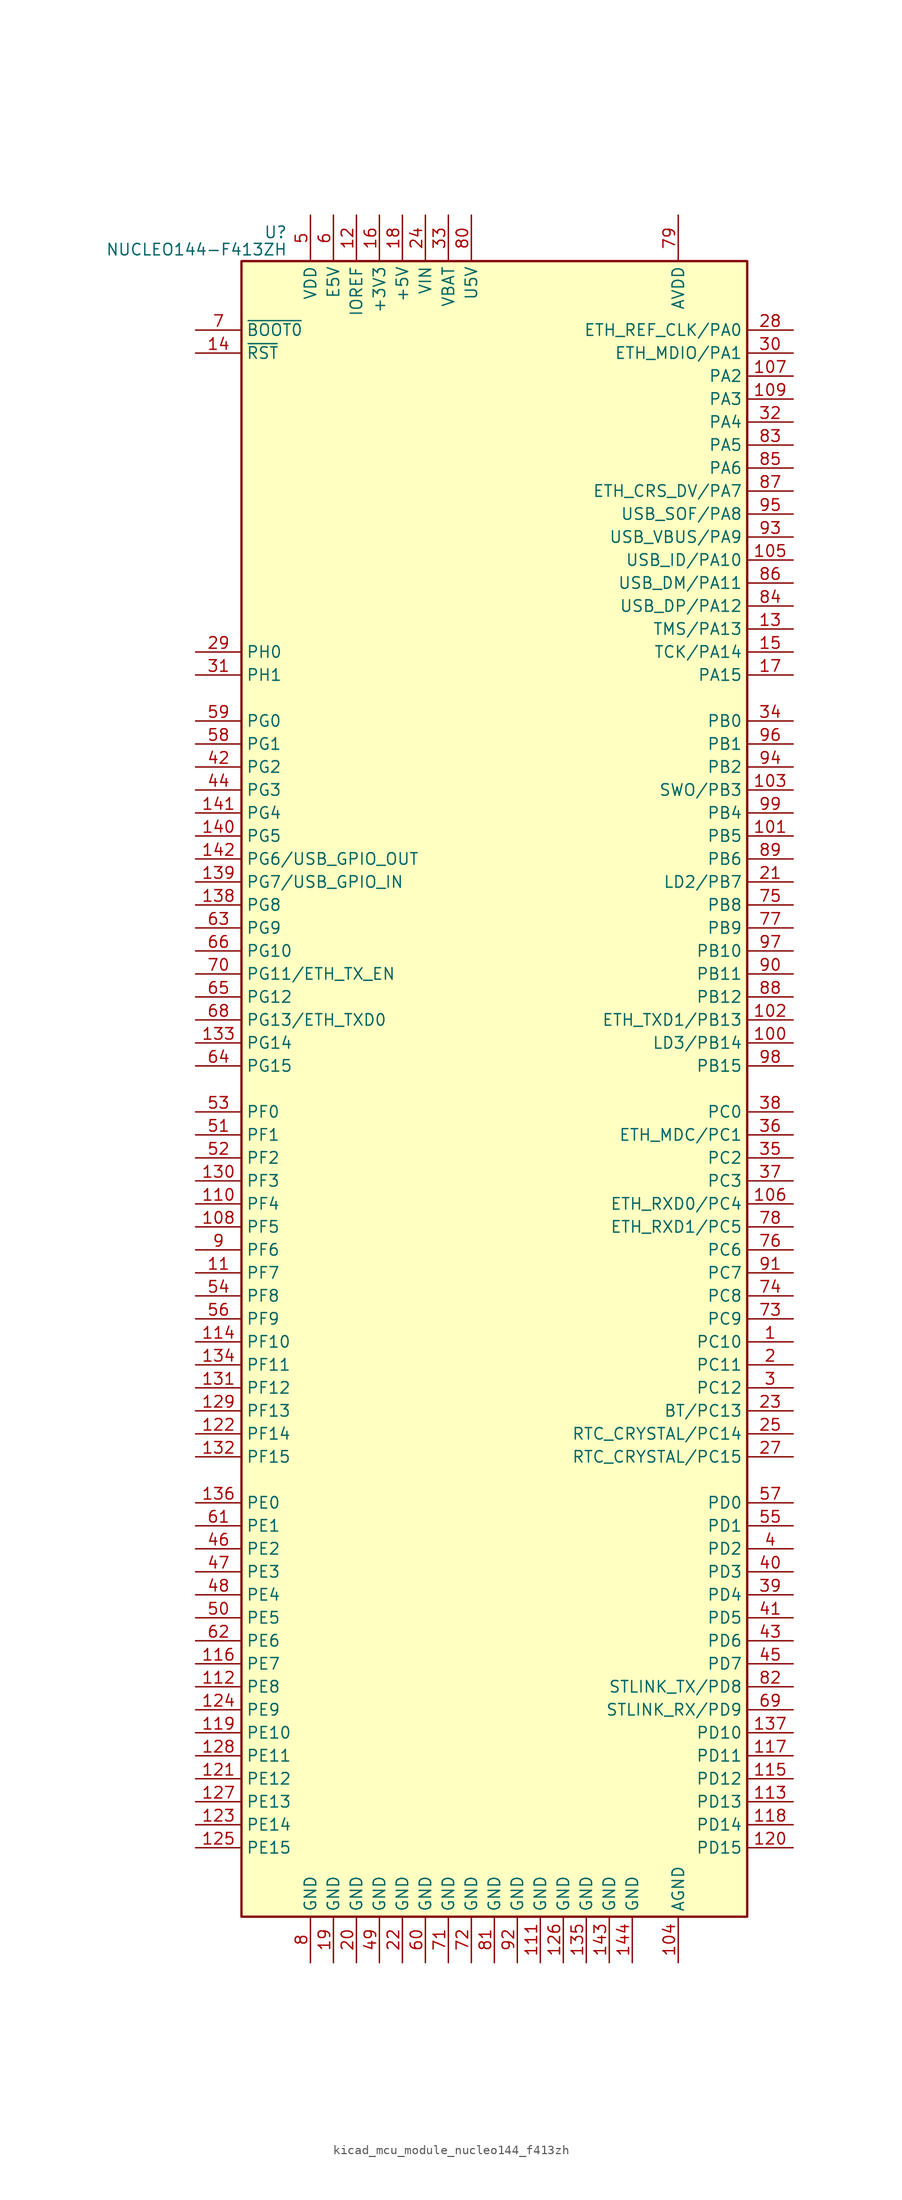
<source format=kicad_sym>
(kicad_symbol_lib
  (version 20220914)
  (generator kicad_symbol_editor)
  (symbol "kicad_mcu_module_nucleo144_f413zh"
    (property "Reference" "U"
      (at -22.86 94.615 0)
      (effects (font (size 1.27 1.27)) (justify right)))
    (property "Value" "NUCLEO144-F413ZH"
      (at -22.86 92.71 0)
      (effects (font (size 1.27 1.27)) (justify right)))
    (symbol "kicad_mcu_module_nucleo144_f413zh_0_1"
      (rectangle (start -27.94 -91.44) (end 27.94 91.44) (stroke (width 0.254) (type default)) (fill (type background))))
    (symbol "kicad_mcu_module_nucleo144_f413zh_1_1"
      (pin bidirectional line (at 33.02 -27.94 180) (length 5.08) (name "PC10" (effects (font (size 1.27 1.27)))) (number "1" (effects (font (size 1.27 1.27)))))
      (pin no_connect line (at -27.94 55.88 0) (length 5.08) hide (name "NC" (effects (font (size 1.27 1.27)))) (number "10" (effects (font (size 1.27 1.27)))))
      (pin bidirectional line (at 33.02 5.08 180) (length 5.08) (name "LD3/PB14" (effects (font (size 1.27 1.27)))) (number "100" (effects (font (size 1.27 1.27)))))
      (pin bidirectional line (at 33.02 27.94 180) (length 5.08) (name "PB5" (effects (font (size 1.27 1.27)))) (number "101" (effects (font (size 1.27 1.27)))))
      (pin bidirectional line (at 33.02 7.62 180) (length 5.08) (name "ETH_TXD1/PB13" (effects (font (size 1.27 1.27)))) (number "102" (effects (font (size 1.27 1.27)))))
      (pin bidirectional line (at 33.02 33.02 180) (length 5.08) (name "SWO/PB3" (effects (font (size 1.27 1.27)))) (number "103" (effects (font (size 1.27 1.27)))))
      (pin power_in line (at 20.32 -96.52 90) (length 5.08) (name "AGND" (effects (font (size 1.27 1.27)))) (number "104" (effects (font (size 1.27 1.27)))))
      (pin bidirectional line (at 33.02 58.42 180) (length 5.08) (name "USB_ID/PA10" (effects (font (size 1.27 1.27)))) (number "105" (effects (font (size 1.27 1.27)))))
      (pin bidirectional line (at 33.02 -12.7 180) (length 5.08) (name "ETH_RXD0/PC4" (effects (font (size 1.27 1.27)))) (number "106" (effects (font (size 1.27 1.27)))))
      (pin bidirectional line (at 33.02 78.74 180) (length 5.08) (name "PA2" (effects (font (size 1.27 1.27)))) (number "107" (effects (font (size 1.27 1.27)))))
      (pin bidirectional line (at -33.02 -15.24 0) (length 5.08) (name "PF5" (effects (font (size 1.27 1.27)))) (number "108" (effects (font (size 1.27 1.27)))))
      (pin bidirectional line (at 33.02 76.2 180) (length 5.08) (name "PA3" (effects (font (size 1.27 1.27)))) (number "109" (effects (font (size 1.27 1.27)))))
      (pin bidirectional line (at -33.02 -20.32 0) (length 5.08) (name "PF7" (effects (font (size 1.27 1.27)))) (number "11" (effects (font (size 1.27 1.27)))))
      (pin bidirectional line (at -33.02 -12.7 0) (length 5.08) (name "PF4" (effects (font (size 1.27 1.27)))) (number "110" (effects (font (size 1.27 1.27)))))
      (pin power_in line (at 5.08 -96.52 90) (length 5.08) (name "GND" (effects (font (size 1.27 1.27)))) (number "111" (effects (font (size 1.27 1.27)))))
      (pin bidirectional line (at -33.02 -66.04 0) (length 5.08) (name "PE8" (effects (font (size 1.27 1.27)))) (number "112" (effects (font (size 1.27 1.27)))))
      (pin bidirectional line (at 33.02 -78.74 180) (length 5.08) (name "PD13" (effects (font (size 1.27 1.27)))) (number "113" (effects (font (size 1.27 1.27)))))
      (pin bidirectional line (at -33.02 -27.94 0) (length 5.08) (name "PF10" (effects (font (size 1.27 1.27)))) (number "114" (effects (font (size 1.27 1.27)))))
      (pin bidirectional line (at 33.02 -76.2 180) (length 5.08) (name "PD12" (effects (font (size 1.27 1.27)))) (number "115" (effects (font (size 1.27 1.27)))))
      (pin bidirectional line (at -33.02 -63.5 0) (length 5.08) (name "PE7" (effects (font (size 1.27 1.27)))) (number "116" (effects (font (size 1.27 1.27)))))
      (pin bidirectional line (at 33.02 -73.66 180) (length 5.08) (name "PD11" (effects (font (size 1.27 1.27)))) (number "117" (effects (font (size 1.27 1.27)))))
      (pin bidirectional line (at 33.02 -81.28 180) (length 5.08) (name "PD14" (effects (font (size 1.27 1.27)))) (number "118" (effects (font (size 1.27 1.27)))))
      (pin bidirectional line (at -33.02 -71.12 0) (length 5.08) (name "PE10" (effects (font (size 1.27 1.27)))) (number "119" (effects (font (size 1.27 1.27)))))
      (pin power_in line (at -15.24 96.52 270) (length 5.08) (name "IOREF" (effects (font (size 1.27 1.27)))) (number "12" (effects (font (size 1.27 1.27)))))
      (pin bidirectional line (at 33.02 -83.82 180) (length 5.08) (name "PD15" (effects (font (size 1.27 1.27)))) (number "120" (effects (font (size 1.27 1.27)))))
      (pin bidirectional line (at -33.02 -76.2 0) (length 5.08) (name "PE12" (effects (font (size 1.27 1.27)))) (number "121" (effects (font (size 1.27 1.27)))))
      (pin bidirectional line (at -33.02 -38.1 0) (length 5.08) (name "PF14" (effects (font (size 1.27 1.27)))) (number "122" (effects (font (size 1.27 1.27)))))
      (pin bidirectional line (at -33.02 -81.28 0) (length 5.08) (name "PE14" (effects (font (size 1.27 1.27)))) (number "123" (effects (font (size 1.27 1.27)))))
      (pin bidirectional line (at -33.02 -68.58 0) (length 5.08) (name "PE9" (effects (font (size 1.27 1.27)))) (number "124" (effects (font (size 1.27 1.27)))))
      (pin bidirectional line (at -33.02 -83.82 0) (length 5.08) (name "PE15" (effects (font (size 1.27 1.27)))) (number "125" (effects (font (size 1.27 1.27)))))
      (pin power_in line (at 7.62 -96.52 90) (length 5.08) (name "GND" (effects (font (size 1.27 1.27)))) (number "126" (effects (font (size 1.27 1.27)))))
      (pin bidirectional line (at -33.02 -78.74 0) (length 5.08) (name "PE13" (effects (font (size 1.27 1.27)))) (number "127" (effects (font (size 1.27 1.27)))))
      (pin bidirectional line (at -33.02 -73.66 0) (length 5.08) (name "PE11" (effects (font (size 1.27 1.27)))) (number "128" (effects (font (size 1.27 1.27)))))
      (pin bidirectional line (at -33.02 -35.56 0) (length 5.08) (name "PF13" (effects (font (size 1.27 1.27)))) (number "129" (effects (font (size 1.27 1.27)))))
      (pin bidirectional line (at 33.02 50.8 180) (length 5.08) (name "TMS/PA13" (effects (font (size 1.27 1.27)))) (number "13" (effects (font (size 1.27 1.27)))))
      (pin bidirectional line (at -33.02 -10.16 0) (length 5.08) (name "PF3" (effects (font (size 1.27 1.27)))) (number "130" (effects (font (size 1.27 1.27)))))
      (pin bidirectional line (at -33.02 -33.02 0) (length 5.08) (name "PF12" (effects (font (size 1.27 1.27)))) (number "131" (effects (font (size 1.27 1.27)))))
      (pin bidirectional line (at -33.02 -40.64 0) (length 5.08) (name "PF15" (effects (font (size 1.27 1.27)))) (number "132" (effects (font (size 1.27 1.27)))))
      (pin bidirectional line (at -33.02 5.08 0) (length 5.08) (name "PG14" (effects (font (size 1.27 1.27)))) (number "133" (effects (font (size 1.27 1.27)))))
      (pin bidirectional line (at -33.02 -30.48 0) (length 5.08) (name "PF11" (effects (font (size 1.27 1.27)))) (number "134" (effects (font (size 1.27 1.27)))))
      (pin power_in line (at 10.16 -96.52 90) (length 5.08) (name "GND" (effects (font (size 1.27 1.27)))) (number "135" (effects (font (size 1.27 1.27)))))
      (pin bidirectional line (at -33.02 -45.72 0) (length 5.08) (name "PE0" (effects (font (size 1.27 1.27)))) (number "136" (effects (font (size 1.27 1.27)))))
      (pin bidirectional line (at 33.02 -71.12 180) (length 5.08) (name "PD10" (effects (font (size 1.27 1.27)))) (number "137" (effects (font (size 1.27 1.27)))))
      (pin bidirectional line (at -33.02 20.32 0) (length 5.08) (name "PG8" (effects (font (size 1.27 1.27)))) (number "138" (effects (font (size 1.27 1.27)))))
      (pin bidirectional line (at -33.02 22.86 0) (length 5.08) (name "PG7/USB_GPIO_IN" (effects (font (size 1.27 1.27)))) (number "139" (effects (font (size 1.27 1.27)))))
      (pin input line (at -33.02 81.28 0) (length 5.08) (name "~{RST}" (effects (font (size 1.27 1.27)))) (number "14" (effects (font (size 1.27 1.27)))))
      (pin bidirectional line (at -33.02 27.94 0) (length 5.08) (name "PG5" (effects (font (size 1.27 1.27)))) (number "140" (effects (font (size 1.27 1.27)))))
      (pin bidirectional line (at -33.02 30.48 0) (length 5.08) (name "PG4" (effects (font (size 1.27 1.27)))) (number "141" (effects (font (size 1.27 1.27)))))
      (pin bidirectional line (at -33.02 25.4 0) (length 5.08) (name "PG6/USB_GPIO_OUT" (effects (font (size 1.27 1.27)))) (number "142" (effects (font (size 1.27 1.27)))))
      (pin power_in line (at 12.7 -96.52 90) (length 5.08) (name "GND" (effects (font (size 1.27 1.27)))) (number "143" (effects (font (size 1.27 1.27)))))
      (pin power_in line (at 15.24 -96.52 90) (length 5.08) (name "GND" (effects (font (size 1.27 1.27)))) (number "144" (effects (font (size 1.27 1.27)))))
      (pin bidirectional line (at 33.02 48.26 180) (length 5.08) (name "TCK/PA14" (effects (font (size 1.27 1.27)))) (number "15" (effects (font (size 1.27 1.27)))))
      (pin power_in line (at -12.7 96.52 270) (length 5.08) (name "+3V3" (effects (font (size 1.27 1.27)))) (number "16" (effects (font (size 1.27 1.27)))))
      (pin bidirectional line (at 33.02 45.72 180) (length 5.08) (name "PA15" (effects (font (size 1.27 1.27)))) (number "17" (effects (font (size 1.27 1.27)))))
      (pin power_in line (at -10.16 96.52 270) (length 5.08) (name "+5V" (effects (font (size 1.27 1.27)))) (number "18" (effects (font (size 1.27 1.27)))))
      (pin power_in line (at -17.78 -96.52 90) (length 5.08) (name "GND" (effects (font (size 1.27 1.27)))) (number "19" (effects (font (size 1.27 1.27)))))
      (pin bidirectional line (at 33.02 -30.48 180) (length 5.08) (name "PC11" (effects (font (size 1.27 1.27)))) (number "2" (effects (font (size 1.27 1.27)))))
      (pin power_in line (at -15.24 -96.52 90) (length 5.08) (name "GND" (effects (font (size 1.27 1.27)))) (number "20" (effects (font (size 1.27 1.27)))))
      (pin bidirectional line (at 33.02 22.86 180) (length 5.08) (name "LD2/PB7" (effects (font (size 1.27 1.27)))) (number "21" (effects (font (size 1.27 1.27)))))
      (pin power_in line (at -10.16 -96.52 90) (length 5.08) (name "GND" (effects (font (size 1.27 1.27)))) (number "22" (effects (font (size 1.27 1.27)))))
      (pin bidirectional line (at 33.02 -35.56 180) (length 5.08) (name "BT/PC13" (effects (font (size 1.27 1.27)))) (number "23" (effects (font (size 1.27 1.27)))))
      (pin power_in line (at -7.62 96.52 270) (length 5.08) (name "VIN" (effects (font (size 1.27 1.27)))) (number "24" (effects (font (size 1.27 1.27)))))
      (pin bidirectional line (at 33.02 -38.1 180) (length 5.08) (name "RTC_CRYSTAL/PC14" (effects (font (size 1.27 1.27)))) (number "25" (effects (font (size 1.27 1.27)))))
      (pin no_connect line (at -27.94 58.42 0) (length 5.08) hide (name "NC" (effects (font (size 1.27 1.27)))) (number "26" (effects (font (size 1.27 1.27)))))
      (pin bidirectional line (at 33.02 -40.64 180) (length 5.08) (name "RTC_CRYSTAL/PC15" (effects (font (size 1.27 1.27)))) (number "27" (effects (font (size 1.27 1.27)))))
      (pin bidirectional line (at 33.02 83.82 180) (length 5.08) (name "ETH_REF_CLK/PA0" (effects (font (size 1.27 1.27)))) (number "28" (effects (font (size 1.27 1.27)))))
      (pin bidirectional line (at -33.02 48.26 0) (length 5.08) (name "PH0" (effects (font (size 1.27 1.27)))) (number "29" (effects (font (size 1.27 1.27)))))
      (pin bidirectional line (at 33.02 -33.02 180) (length 5.08) (name "PC12" (effects (font (size 1.27 1.27)))) (number "3" (effects (font (size 1.27 1.27)))))
      (pin bidirectional line (at 33.02 81.28 180) (length 5.08) (name "ETH_MDIO/PA1" (effects (font (size 1.27 1.27)))) (number "30" (effects (font (size 1.27 1.27)))))
      (pin bidirectional line (at -33.02 45.72 0) (length 5.08) (name "PH1" (effects (font (size 1.27 1.27)))) (number "31" (effects (font (size 1.27 1.27)))))
      (pin bidirectional line (at 33.02 73.66 180) (length 5.08) (name "PA4" (effects (font (size 1.27 1.27)))) (number "32" (effects (font (size 1.27 1.27)))))
      (pin power_in line (at -5.08 96.52 270) (length 5.08) (name "VBAT" (effects (font (size 1.27 1.27)))) (number "33" (effects (font (size 1.27 1.27)))))
      (pin bidirectional line (at 33.02 40.64 180) (length 5.08) (name "PB0" (effects (font (size 1.27 1.27)))) (number "34" (effects (font (size 1.27 1.27)))))
      (pin bidirectional line (at 33.02 -7.62 180) (length 5.08) (name "PC2" (effects (font (size 1.27 1.27)))) (number "35" (effects (font (size 1.27 1.27)))))
      (pin bidirectional line (at 33.02 -5.08 180) (length 5.08) (name "ETH_MDC/PC1" (effects (font (size 1.27 1.27)))) (number "36" (effects (font (size 1.27 1.27)))))
      (pin bidirectional line (at 33.02 -10.16 180) (length 5.08) (name "PC3" (effects (font (size 1.27 1.27)))) (number "37" (effects (font (size 1.27 1.27)))))
      (pin bidirectional line (at 33.02 -2.54 180) (length 5.08) (name "PC0" (effects (font (size 1.27 1.27)))) (number "38" (effects (font (size 1.27 1.27)))))
      (pin bidirectional line (at 33.02 -55.88 180) (length 5.08) (name "PD4" (effects (font (size 1.27 1.27)))) (number "39" (effects (font (size 1.27 1.27)))))
      (pin bidirectional line (at 33.02 -50.8 180) (length 5.08) (name "PD2" (effects (font (size 1.27 1.27)))) (number "4" (effects (font (size 1.27 1.27)))))
      (pin bidirectional line (at 33.02 -53.34 180) (length 5.08) (name "PD3" (effects (font (size 1.27 1.27)))) (number "40" (effects (font (size 1.27 1.27)))))
      (pin bidirectional line (at 33.02 -58.42 180) (length 5.08) (name "PD5" (effects (font (size 1.27 1.27)))) (number "41" (effects (font (size 1.27 1.27)))))
      (pin bidirectional line (at -33.02 35.56 0) (length 5.08) (name "PG2" (effects (font (size 1.27 1.27)))) (number "42" (effects (font (size 1.27 1.27)))))
      (pin bidirectional line (at 33.02 -60.96 180) (length 5.08) (name "PD6" (effects (font (size 1.27 1.27)))) (number "43" (effects (font (size 1.27 1.27)))))
      (pin bidirectional line (at -33.02 33.02 0) (length 5.08) (name "PG3" (effects (font (size 1.27 1.27)))) (number "44" (effects (font (size 1.27 1.27)))))
      (pin bidirectional line (at 33.02 -63.5 180) (length 5.08) (name "PD7" (effects (font (size 1.27 1.27)))) (number "45" (effects (font (size 1.27 1.27)))))
      (pin bidirectional line (at -33.02 -50.8 0) (length 5.08) (name "PE2" (effects (font (size 1.27 1.27)))) (number "46" (effects (font (size 1.27 1.27)))))
      (pin bidirectional line (at -33.02 -53.34 0) (length 5.08) (name "PE3" (effects (font (size 1.27 1.27)))) (number "47" (effects (font (size 1.27 1.27)))))
      (pin bidirectional line (at -33.02 -55.88 0) (length 5.08) (name "PE4" (effects (font (size 1.27 1.27)))) (number "48" (effects (font (size 1.27 1.27)))))
      (pin power_in line (at -12.7 -96.52 90) (length 5.08) (name "GND" (effects (font (size 1.27 1.27)))) (number "49" (effects (font (size 1.27 1.27)))))
      (pin power_in line (at -20.32 96.52 270) (length 5.08) (name "VDD" (effects (font (size 1.27 1.27)))) (number "5" (effects (font (size 1.27 1.27)))))
      (pin bidirectional line (at -33.02 -58.42 0) (length 5.08) (name "PE5" (effects (font (size 1.27 1.27)))) (number "50" (effects (font (size 1.27 1.27)))))
      (pin bidirectional line (at -33.02 -5.08 0) (length 5.08) (name "PF1" (effects (font (size 1.27 1.27)))) (number "51" (effects (font (size 1.27 1.27)))))
      (pin bidirectional line (at -33.02 -7.62 0) (length 5.08) (name "PF2" (effects (font (size 1.27 1.27)))) (number "52" (effects (font (size 1.27 1.27)))))
      (pin bidirectional line (at -33.02 -2.54 0) (length 5.08) (name "PF0" (effects (font (size 1.27 1.27)))) (number "53" (effects (font (size 1.27 1.27)))))
      (pin bidirectional line (at -33.02 -22.86 0) (length 5.08) (name "PF8" (effects (font (size 1.27 1.27)))) (number "54" (effects (font (size 1.27 1.27)))))
      (pin bidirectional line (at 33.02 -48.26 180) (length 5.08) (name "PD1" (effects (font (size 1.27 1.27)))) (number "55" (effects (font (size 1.27 1.27)))))
      (pin bidirectional line (at -33.02 -25.4 0) (length 5.08) (name "PF9" (effects (font (size 1.27 1.27)))) (number "56" (effects (font (size 1.27 1.27)))))
      (pin bidirectional line (at 33.02 -45.72 180) (length 5.08) (name "PD0" (effects (font (size 1.27 1.27)))) (number "57" (effects (font (size 1.27 1.27)))))
      (pin bidirectional line (at -33.02 38.1 0) (length 5.08) (name "PG1" (effects (font (size 1.27 1.27)))) (number "58" (effects (font (size 1.27 1.27)))))
      (pin bidirectional line (at -33.02 40.64 0) (length 5.08) (name "PG0" (effects (font (size 1.27 1.27)))) (number "59" (effects (font (size 1.27 1.27)))))
      (pin power_in line (at -17.78 96.52 270) (length 5.08) (name "E5V" (effects (font (size 1.27 1.27)))) (number "6" (effects (font (size 1.27 1.27)))))
      (pin power_in line (at -7.62 -96.52 90) (length 5.08) (name "GND" (effects (font (size 1.27 1.27)))) (number "60" (effects (font (size 1.27 1.27)))))
      (pin bidirectional line (at -33.02 -48.26 0) (length 5.08) (name "PE1" (effects (font (size 1.27 1.27)))) (number "61" (effects (font (size 1.27 1.27)))))
      (pin bidirectional line (at -33.02 -60.96 0) (length 5.08) (name "PE6" (effects (font (size 1.27 1.27)))) (number "62" (effects (font (size 1.27 1.27)))))
      (pin bidirectional line (at -33.02 17.78 0) (length 5.08) (name "PG9" (effects (font (size 1.27 1.27)))) (number "63" (effects (font (size 1.27 1.27)))))
      (pin bidirectional line (at -33.02 2.54 0) (length 5.08) (name "PG15" (effects (font (size 1.27 1.27)))) (number "64" (effects (font (size 1.27 1.27)))))
      (pin bidirectional line (at -33.02 10.16 0) (length 5.08) (name "PG12" (effects (font (size 1.27 1.27)))) (number "65" (effects (font (size 1.27 1.27)))))
      (pin bidirectional line (at -33.02 15.24 0) (length 5.08) (name "PG10" (effects (font (size 1.27 1.27)))) (number "66" (effects (font (size 1.27 1.27)))))
      (pin no_connect line (at -27.94 53.34 0) (length 5.08) hide (name "NC" (effects (font (size 1.27 1.27)))) (number "67" (effects (font (size 1.27 1.27)))))
      (pin bidirectional line (at -33.02 7.62 0) (length 5.08) (name "PG13/ETH_TXD0" (effects (font (size 1.27 1.27)))) (number "68" (effects (font (size 1.27 1.27)))))
      (pin bidirectional line (at 33.02 -68.58 180) (length 5.08) (name "STLINK_RX/PD9" (effects (font (size 1.27 1.27)))) (number "69" (effects (font (size 1.27 1.27)))))
      (pin input line (at -33.02 83.82 0) (length 5.08) (name "~{BOOT0}" (effects (font (size 1.27 1.27)))) (number "7" (effects (font (size 1.27 1.27)))))
      (pin bidirectional line (at -33.02 12.7 0) (length 5.08) (name "PG11/ETH_TX_EN" (effects (font (size 1.27 1.27)))) (number "70" (effects (font (size 1.27 1.27)))))
      (pin power_in line (at -5.08 -96.52 90) (length 5.08) (name "GND" (effects (font (size 1.27 1.27)))) (number "71" (effects (font (size 1.27 1.27)))))
      (pin power_in line (at -2.54 -96.52 90) (length 5.08) (name "GND" (effects (font (size 1.27 1.27)))) (number "72" (effects (font (size 1.27 1.27)))))
      (pin bidirectional line (at 33.02 -25.4 180) (length 5.08) (name "PC9" (effects (font (size 1.27 1.27)))) (number "73" (effects (font (size 1.27 1.27)))))
      (pin bidirectional line (at 33.02 -22.86 180) (length 5.08) (name "PC8" (effects (font (size 1.27 1.27)))) (number "74" (effects (font (size 1.27 1.27)))))
      (pin bidirectional line (at 33.02 20.32 180) (length 5.08) (name "PB8" (effects (font (size 1.27 1.27)))) (number "75" (effects (font (size 1.27 1.27)))))
      (pin bidirectional line (at 33.02 -17.78 180) (length 5.08) (name "PC6" (effects (font (size 1.27 1.27)))) (number "76" (effects (font (size 1.27 1.27)))))
      (pin bidirectional line (at 33.02 17.78 180) (length 5.08) (name "PB9" (effects (font (size 1.27 1.27)))) (number "77" (effects (font (size 1.27 1.27)))))
      (pin bidirectional line (at 33.02 -15.24 180) (length 5.08) (name "ETH_RXD1/PC5" (effects (font (size 1.27 1.27)))) (number "78" (effects (font (size 1.27 1.27)))))
      (pin power_in line (at 20.32 96.52 270) (length 5.08) (name "AVDD" (effects (font (size 1.27 1.27)))) (number "79" (effects (font (size 1.27 1.27)))))
      (pin power_in line (at -20.32 -96.52 90) (length 5.08) (name "GND" (effects (font (size 1.27 1.27)))) (number "8" (effects (font (size 1.27 1.27)))))
      (pin power_in line (at -2.54 96.52 270) (length 5.08) (name "U5V" (effects (font (size 1.27 1.27)))) (number "80" (effects (font (size 1.27 1.27)))))
      (pin power_in line (at 0 -96.52 90) (length 5.08) (name "GND" (effects (font (size 1.27 1.27)))) (number "81" (effects (font (size 1.27 1.27)))))
      (pin bidirectional line (at 33.02 -66.04 180) (length 5.08) (name "STLINK_TX/PD8" (effects (font (size 1.27 1.27)))) (number "82" (effects (font (size 1.27 1.27)))))
      (pin bidirectional line (at 33.02 71.12 180) (length 5.08) (name "PA5" (effects (font (size 1.27 1.27)))) (number "83" (effects (font (size 1.27 1.27)))))
      (pin bidirectional line (at 33.02 53.34 180) (length 5.08) (name "USB_DP/PA12" (effects (font (size 1.27 1.27)))) (number "84" (effects (font (size 1.27 1.27)))))
      (pin bidirectional line (at 33.02 68.58 180) (length 5.08) (name "PA6" (effects (font (size 1.27 1.27)))) (number "85" (effects (font (size 1.27 1.27)))))
      (pin bidirectional line (at 33.02 55.88 180) (length 5.08) (name "USB_DM/PA11" (effects (font (size 1.27 1.27)))) (number "86" (effects (font (size 1.27 1.27)))))
      (pin bidirectional line (at 33.02 66.04 180) (length 5.08) (name "ETH_CRS_DV/PA7" (effects (font (size 1.27 1.27)))) (number "87" (effects (font (size 1.27 1.27)))))
      (pin bidirectional line (at 33.02 10.16 180) (length 5.08) (name "PB12" (effects (font (size 1.27 1.27)))) (number "88" (effects (font (size 1.27 1.27)))))
      (pin bidirectional line (at 33.02 25.4 180) (length 5.08) (name "PB6" (effects (font (size 1.27 1.27)))) (number "89" (effects (font (size 1.27 1.27)))))
      (pin bidirectional line (at -33.02 -17.78 0) (length 5.08) (name "PF6" (effects (font (size 1.27 1.27)))) (number "9" (effects (font (size 1.27 1.27)))))
      (pin bidirectional line (at 33.02 12.7 180) (length 5.08) (name "PB11" (effects (font (size 1.27 1.27)))) (number "90" (effects (font (size 1.27 1.27)))))
      (pin bidirectional line (at 33.02 -20.32 180) (length 5.08) (name "PC7" (effects (font (size 1.27 1.27)))) (number "91" (effects (font (size 1.27 1.27)))))
      (pin power_in line (at 2.54 -96.52 90) (length 5.08) (name "GND" (effects (font (size 1.27 1.27)))) (number "92" (effects (font (size 1.27 1.27)))))
      (pin bidirectional line (at 33.02 60.96 180) (length 5.08) (name "USB_VBUS/PA9" (effects (font (size 1.27 1.27)))) (number "93" (effects (font (size 1.27 1.27)))))
      (pin bidirectional line (at 33.02 35.56 180) (length 5.08) (name "PB2" (effects (font (size 1.27 1.27)))) (number "94" (effects (font (size 1.27 1.27)))))
      (pin bidirectional line (at 33.02 63.5 180) (length 5.08) (name "USB_SOF/PA8" (effects (font (size 1.27 1.27)))) (number "95" (effects (font (size 1.27 1.27)))))
      (pin bidirectional line (at 33.02 38.1 180) (length 5.08) (name "PB1" (effects (font (size 1.27 1.27)))) (number "96" (effects (font (size 1.27 1.27)))))
      (pin bidirectional line (at 33.02 15.24 180) (length 5.08) (name "PB10" (effects (font (size 1.27 1.27)))) (number "97" (effects (font (size 1.27 1.27)))))
      (pin bidirectional line (at 33.02 2.54 180) (length 5.08) (name "PB15" (effects (font (size 1.27 1.27)))) (number "98" (effects (font (size 1.27 1.27)))))
      (pin bidirectional line (at 33.02 30.48 180) (length 5.08) (name "PB4" (effects (font (size 1.27 1.27)))) (number "99" (effects (font (size 1.27 1.27))))))))
</source>
